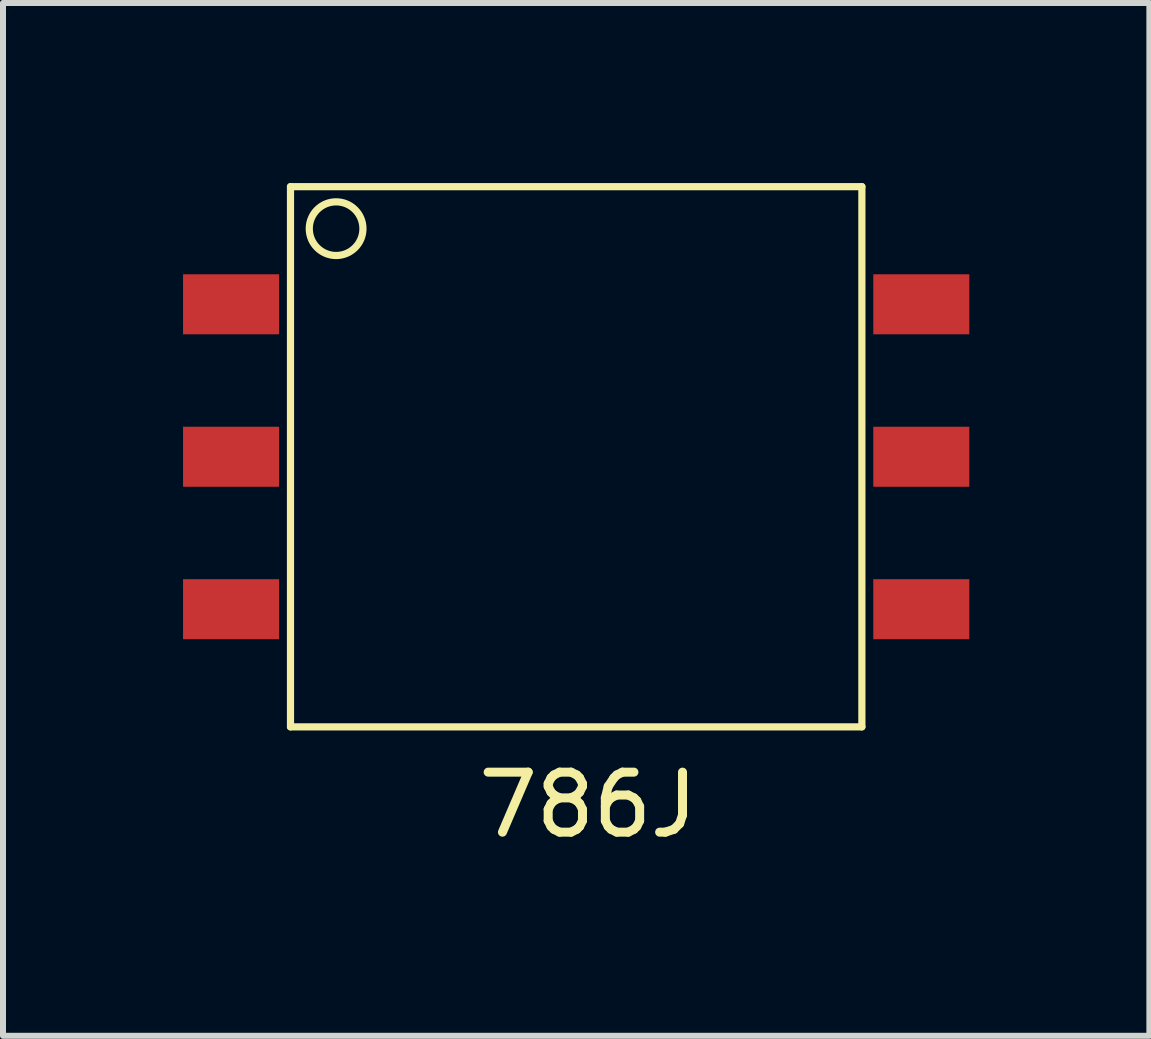
<source format=kicad_pcb>
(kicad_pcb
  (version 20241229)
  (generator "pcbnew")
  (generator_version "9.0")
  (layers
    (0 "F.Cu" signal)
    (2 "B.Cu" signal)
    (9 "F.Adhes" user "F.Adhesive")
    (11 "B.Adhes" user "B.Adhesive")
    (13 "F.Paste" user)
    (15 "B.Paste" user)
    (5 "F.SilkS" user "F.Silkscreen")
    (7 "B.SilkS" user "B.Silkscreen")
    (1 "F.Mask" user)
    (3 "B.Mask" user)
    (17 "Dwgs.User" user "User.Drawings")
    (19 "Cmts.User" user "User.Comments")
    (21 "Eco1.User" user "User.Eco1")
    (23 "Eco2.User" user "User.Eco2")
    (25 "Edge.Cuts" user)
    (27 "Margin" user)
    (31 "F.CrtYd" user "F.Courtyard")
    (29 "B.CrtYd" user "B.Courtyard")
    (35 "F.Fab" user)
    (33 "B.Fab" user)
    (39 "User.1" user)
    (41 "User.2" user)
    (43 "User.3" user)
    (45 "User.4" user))
  (footprint "786J"
    (layer "F.Cu")
    (at 6.55 4.56)
    (property "Reference" "786J" (at 0.2 5.8 0) (unlocked yes) (layer "F.SilkS") (effects (font (size 1 1) (thickness 0.15))))
    (attr through_hole)
    (fp_line (start -4.76 -4.5) (end -4.76 4.5) (stroke (width 0.12) (type solid)) (layer "F.SilkS"))
    (fp_line (start -4.76 -4.5) (end 4.76 -4.5) (stroke (width 0.12) (type solid)) (layer "F.SilkS"))
    (fp_line (start -4.76 4.5) (end 4.76 4.5) (stroke (width 0.12) (type solid)) (layer "F.SilkS"))
    (fp_line (start 4.76 -4.5) (end 4.76 4.5) (stroke (width 0.12) (type solid)) (layer "F.SilkS"))
    (fp_circle (center -4 -3.8) (end -3.6 -3.6) (stroke (width 0.12) (type solid)) (fill no) (layer "F.SilkS"))
    (pad "1" smd rect (at -5.75 -2.54) (size 1.6 1) (layers "F.Cu" "F.Mask" "F.Paste"))
    (pad "2" smd rect (at -5.75 0) (size 1.6 1) (layers "F.Cu" "F.Mask" "F.Paste"))
    (pad "3" smd rect (at -5.75 2.54) (size 1.6 1) (layers "F.Cu" "F.Mask" "F.Paste"))
    (pad "4" smd rect (at 5.75 2.54) (size 1.6 1) (layers "F.Cu" "F.Mask" "F.Paste"))
    (pad "5" smd rect (at 5.75 0) (size 1.6 1) (layers "F.Cu" "F.Mask" "F.Paste"))
    (pad "6" smd rect (at 5.75 -2.54) (size 1.6 1) (layers "F.Cu" "F.Mask" "F.Paste")))
  (gr_rect
    (start -3 -3)
    (end 16.1 14.208)
    (stroke (width 0.1) (type default))
    (fill no)
    (layer "Edge.Cuts")))
</source>
